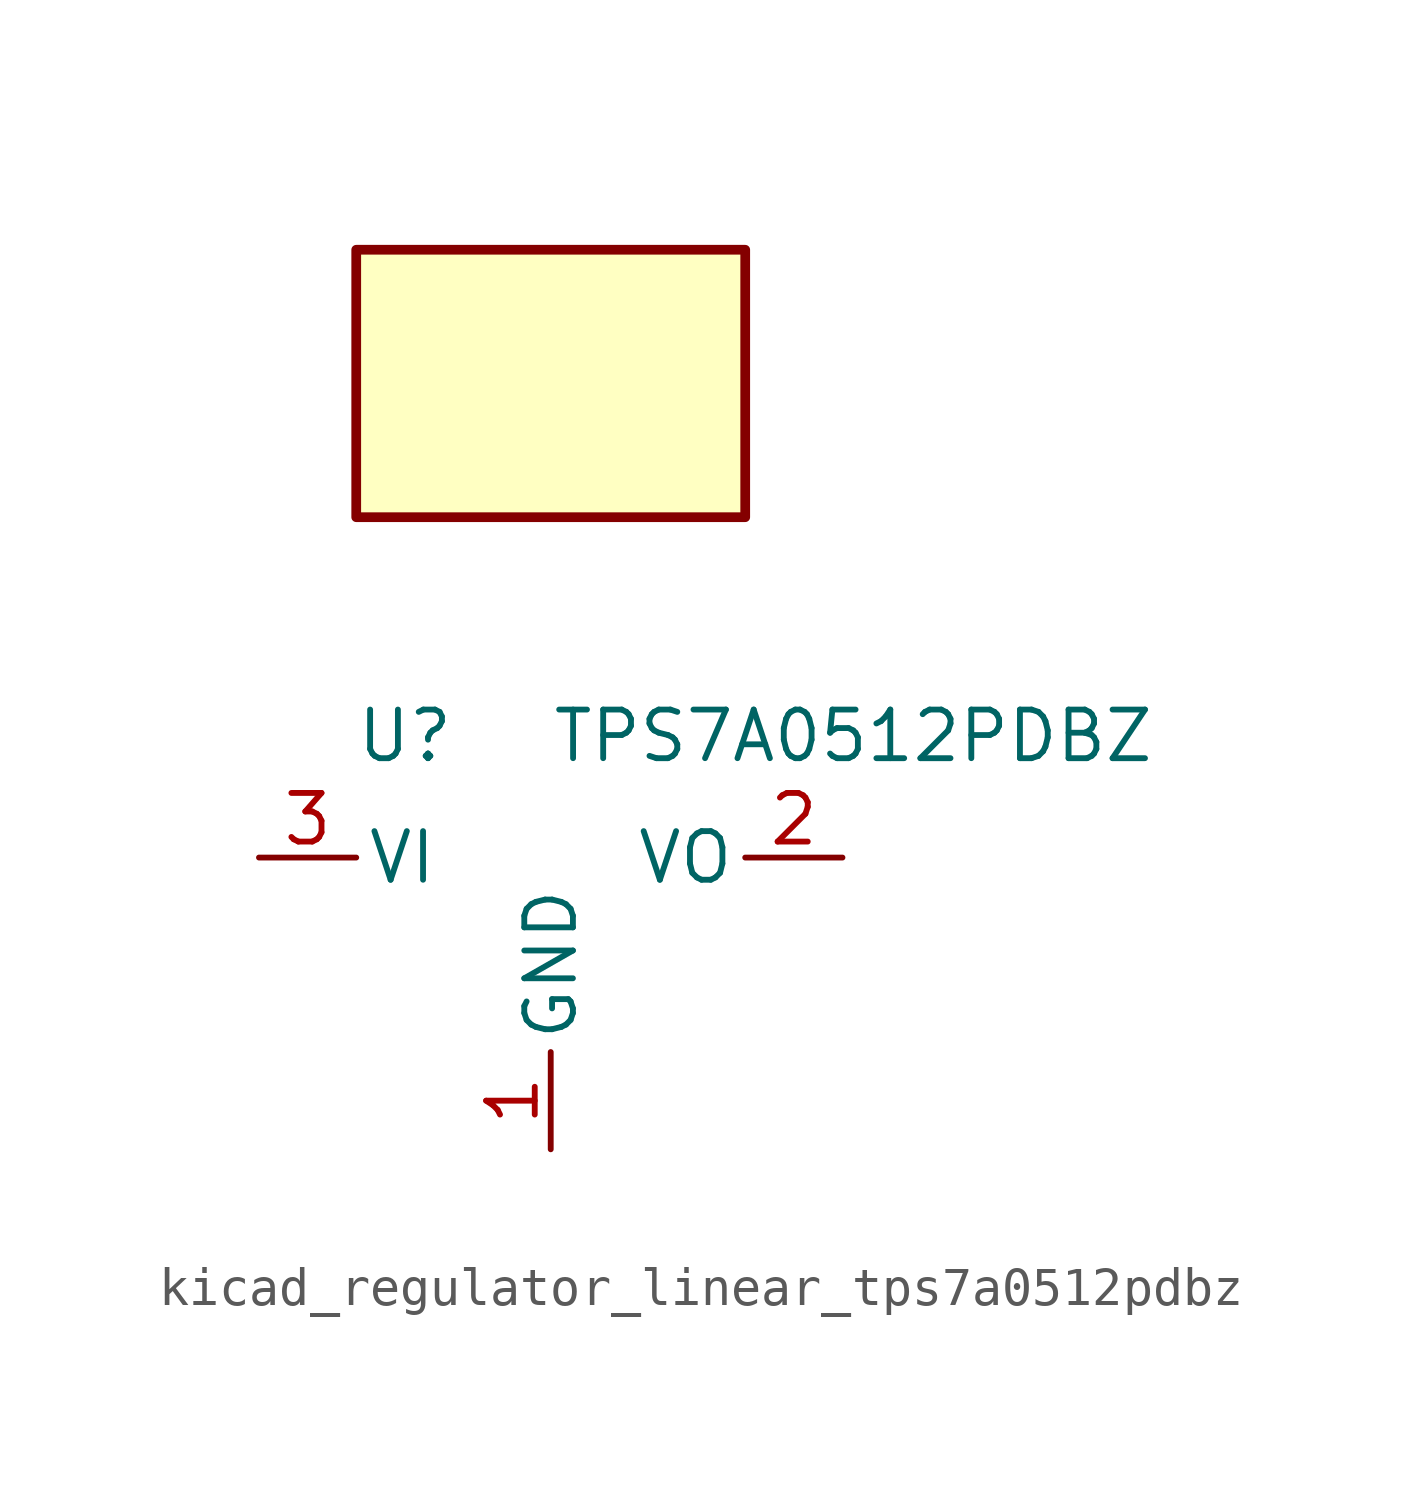
<source format=kicad_sym>
(kicad_symbol_lib
  (version 20220914)
  (generator kicad_symbol_editor)
  (symbol "kicad_regulator_linear_tps7a0512pdbz"
    (pin_names
      (offset 0.254))
    (property "Reference" "U"
      (at -3.81 3.175 0)
      (effects (font (size 1.27 1.27))))
    (property "Value" "TPS7A0512PDBZ"
      (at 0 3.175 0)
      (effects (font (size 1.27 1.27)) (justify left)))
    (symbol "kicad_regulator_linear_tps7a0512pdbz_0_1"
      (rectangle (start 5.08 15.875) (end -5.08 8.89) (stroke (width 0.254) (type default)) (fill (type background))))
    (symbol "kicad_regulator_linear_tps7a0512pdbz_1_1"
      (pin power_in line (at 0 -7.62 90) (length 2.54) (name "GND" (effects (font (size 1.27 1.27)))) (number "1" (effects (font (size 1.27 1.27)))))
      (pin power_out line (at 7.62 0 180) (length 2.54) (name "VO" (effects (font (size 1.27 1.27)))) (number "2" (effects (font (size 1.27 1.27)))))
      (pin power_in line (at -7.62 0 0) (length 2.54) (name "VI" (effects (font (size 1.27 1.27)))) (number "3" (effects (font (size 1.27 1.27))))))))
</source>
